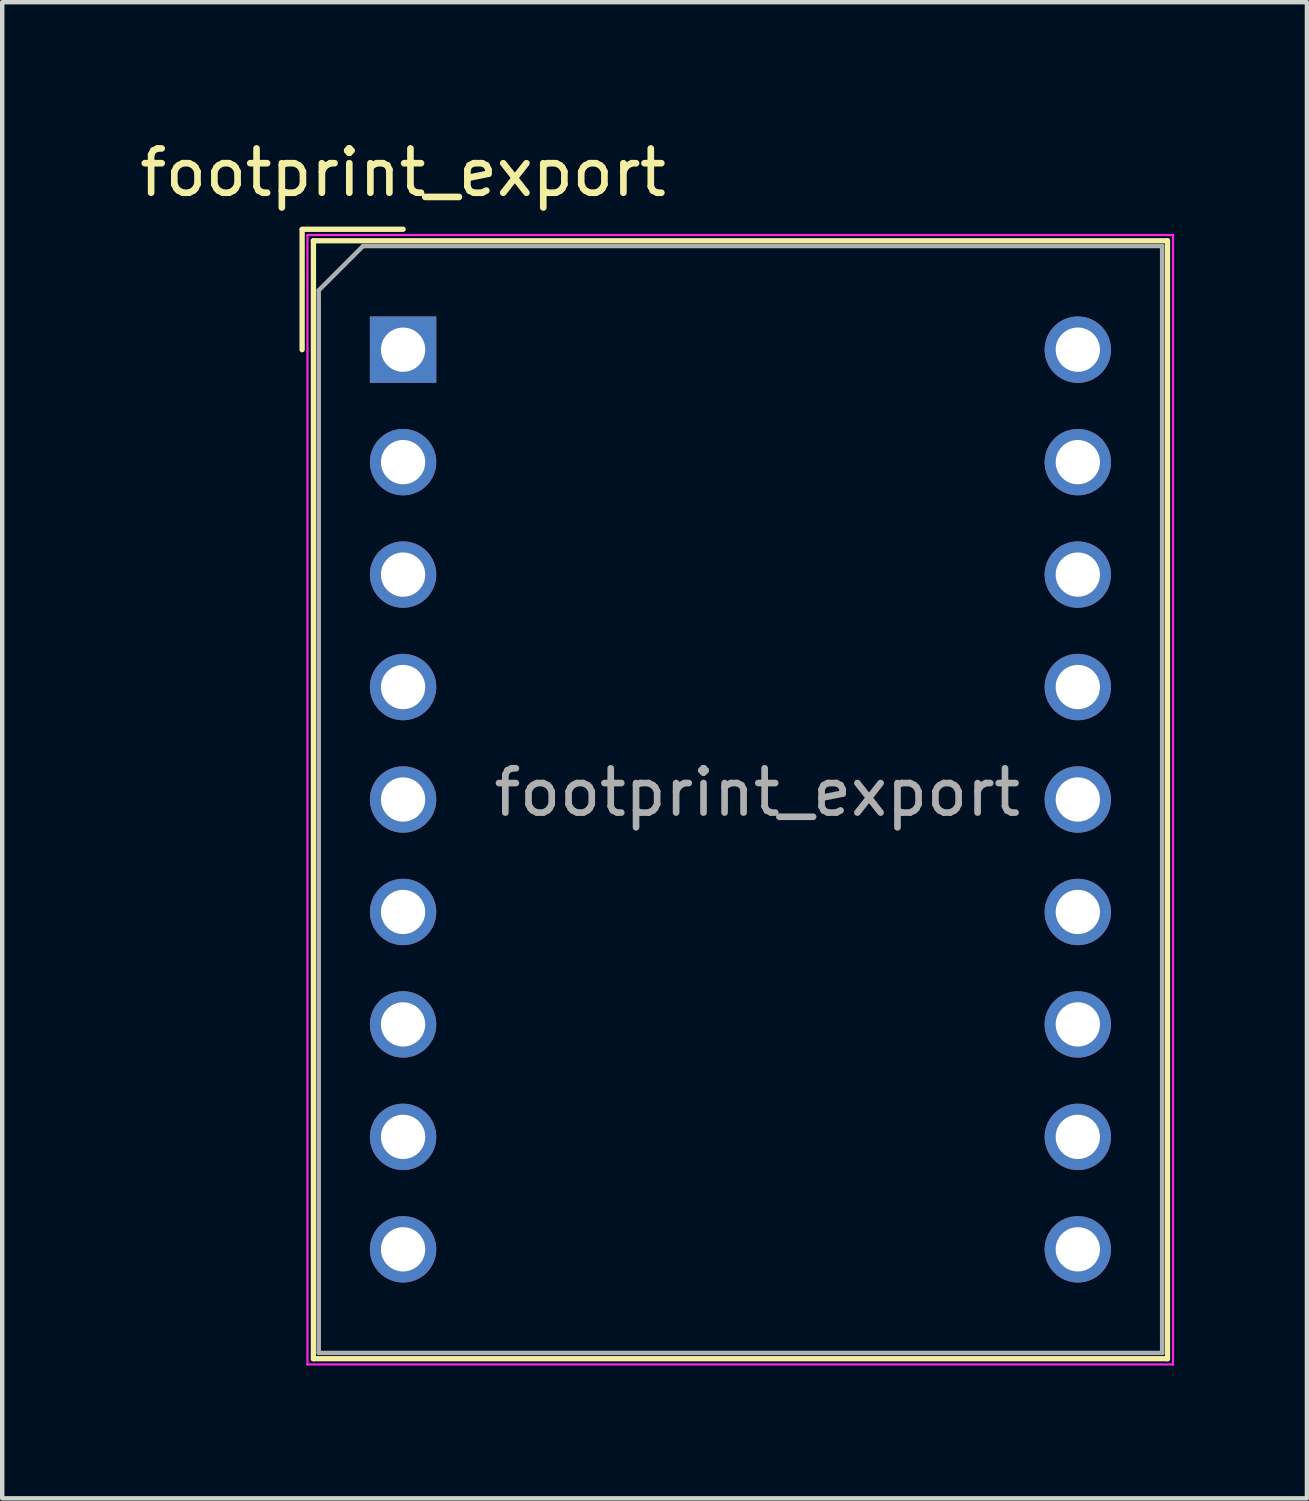
<source format=kicad_pcb>
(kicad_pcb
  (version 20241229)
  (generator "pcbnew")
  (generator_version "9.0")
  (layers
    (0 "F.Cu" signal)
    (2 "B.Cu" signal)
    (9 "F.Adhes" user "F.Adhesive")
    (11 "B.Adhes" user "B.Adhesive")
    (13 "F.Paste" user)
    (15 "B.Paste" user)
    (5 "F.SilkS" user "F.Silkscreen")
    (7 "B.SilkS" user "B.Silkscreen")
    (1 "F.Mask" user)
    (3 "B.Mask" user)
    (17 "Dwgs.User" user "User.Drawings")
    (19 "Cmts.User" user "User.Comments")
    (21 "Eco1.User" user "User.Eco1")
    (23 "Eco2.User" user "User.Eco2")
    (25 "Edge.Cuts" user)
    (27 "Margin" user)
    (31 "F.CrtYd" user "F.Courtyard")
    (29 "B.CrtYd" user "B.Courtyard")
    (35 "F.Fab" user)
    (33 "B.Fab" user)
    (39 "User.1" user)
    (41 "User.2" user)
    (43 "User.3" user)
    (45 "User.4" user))
  (footprint "footprint_export"
    (layer "F.Cu")
    (at 6.054 4.848)
    (property "Reference" "footprint_export" (at 0 -4 0) (layer "F.SilkS") (effects (font (size 1 1) (thickness 0.15))))
    (attr through_hole)
    (fp_line (start -2.28 -2.72) (end 0 -2.72) (stroke (width 0.12) (type solid)) (layer "F.SilkS"))
    (fp_line (start -2.28 -2.71) (end -2.28 0) (stroke (width 0.12) (type solid)) (layer "F.SilkS"))
    (fp_line (start -2.025 -2.46) (end 17.265 -2.46) (stroke (width 0.12) (type solid)) (layer "F.SilkS"))
    (fp_line (start -2.025 22.79) (end -2.025 -2.46) (stroke (width 0.12) (type solid)) (layer "F.SilkS"))
    (fp_line (start 17.265 -2.46) (end 17.265 22.79) (stroke (width 0.12) (type solid)) (layer "F.SilkS"))
    (fp_line (start 17.265 22.79) (end -2.025 22.79) (stroke (width 0.12) (type solid)) (layer "F.SilkS"))
    (fp_line (start -2.16 -2.59) (end 17.39 -2.59) (stroke (width 0.05) (type solid)) (layer "F.CrtYd"))
    (fp_line (start -2.16 22.92) (end -2.16 -2.59) (stroke (width 0.05) (type solid)) (layer "F.CrtYd"))
    (fp_line (start 17.39 -2.59) (end 17.39 22.92) (stroke (width 0.05) (type solid)) (layer "F.CrtYd"))
    (fp_line (start 17.39 22.92) (end -2.16 22.92) (stroke (width 0.05) (type solid)) (layer "F.CrtYd"))
    (fp_line (start -1.905 -1.34) (end -0.905 -2.34) (stroke (width 0.1) (type solid)) (layer "F.Fab"))
    (fp_line (start -1.905 22.66) (end -1.905 -1.34) (stroke (width 0.1) (type solid)) (layer "F.Fab"))
    (fp_line (start -0.905 -2.34) (end 17.145 -2.34) (stroke (width 0.1) (type solid)) (layer "F.Fab"))
    (fp_line (start 17.145 -2.34) (end 17.145 22.66) (stroke (width 0.1) (type solid)) (layer "F.Fab"))
    (fp_line (start 17.145 22.66) (end -1.905 22.66) (stroke (width 0.1) (type solid)) (layer "F.Fab"))
    (fp_text user "${REFERENCE}" (at 8 10 0) (layer "F.Fab") (effects (font (size 1 1) (thickness 0.15))))
    (pad "1" thru_hole rect (at 0 0) (size 1.5 1.5) (drill 1) (layers "*.Cu" "*.Mask"))
    (pad "2" thru_hole circle (at 0 2.54) (size 1.5 1.5) (drill 1) (layers "*.Cu" "*.Mask"))
    (pad "3" thru_hole circle (at 0 5.08) (size 1.5 1.5) (drill 1) (layers "*.Cu" "*.Mask"))
    (pad "4" thru_hole circle (at 0 7.62) (size 1.5 1.5) (drill 1) (layers "*.Cu" "*.Mask"))
    (pad "5" thru_hole circle (at 0 10.16) (size 1.5 1.5) (drill 1) (layers "*.Cu" "*.Mask"))
    (pad "6" thru_hole circle (at 0 12.7) (size 1.5 1.5) (drill 1) (layers "*.Cu" "*.Mask"))
    (pad "7" thru_hole circle (at 0 15.24) (size 1.5 1.5) (drill 1) (layers "*.Cu" "*.Mask"))
    (pad "8" thru_hole circle (at 0 17.78) (size 1.5 1.5) (drill 1) (layers "*.Cu" "*.Mask"))
    (pad "9" thru_hole circle (at 0 20.32) (size 1.5 1.5) (drill 1) (layers "*.Cu" "*.Mask"))
    (pad "10" thru_hole circle (at 15.24 20.32) (size 1.5 1.5) (drill 1) (layers "*.Cu" "*.Mask"))
    (pad "11" thru_hole circle (at 15.24 17.78) (size 1.5 1.5) (drill 1) (layers "*.Cu" "*.Mask"))
    (pad "12" thru_hole circle (at 15.24 15.24) (size 1.5 1.5) (drill 1) (layers "*.Cu" "*.Mask"))
    (pad "13" thru_hole circle (at 15.24 12.7) (size 1.5 1.5) (drill 1) (layers "*.Cu" "*.Mask"))
    (pad "14" thru_hole circle (at 15.24 10.16) (size 1.5 1.5) (drill 1) (layers "*.Cu" "*.Mask"))
    (pad "15" thru_hole circle (at 15.24 7.62) (size 1.5 1.5) (drill 1) (layers "*.Cu" "*.Mask"))
    (pad "16" thru_hole circle (at 15.24 5.08) (size 1.5 1.5) (drill 1) (layers "*.Cu" "*.Mask"))
    (pad "17" thru_hole circle (at 15.24 2.54) (size 1.5 1.5) (drill 1) (layers "*.Cu" "*.Mask"))
    (pad "18" thru_hole circle (at 15.24 0) (size 1.5 1.5) (drill 1) (layers "*.Cu" "*.Mask")))
  (gr_rect
    (start -3 -3)
    (end 26.469 30.793)
    (stroke (width 0.1) (type default))
    (fill no)
    (layer "Edge.Cuts")))
</source>
